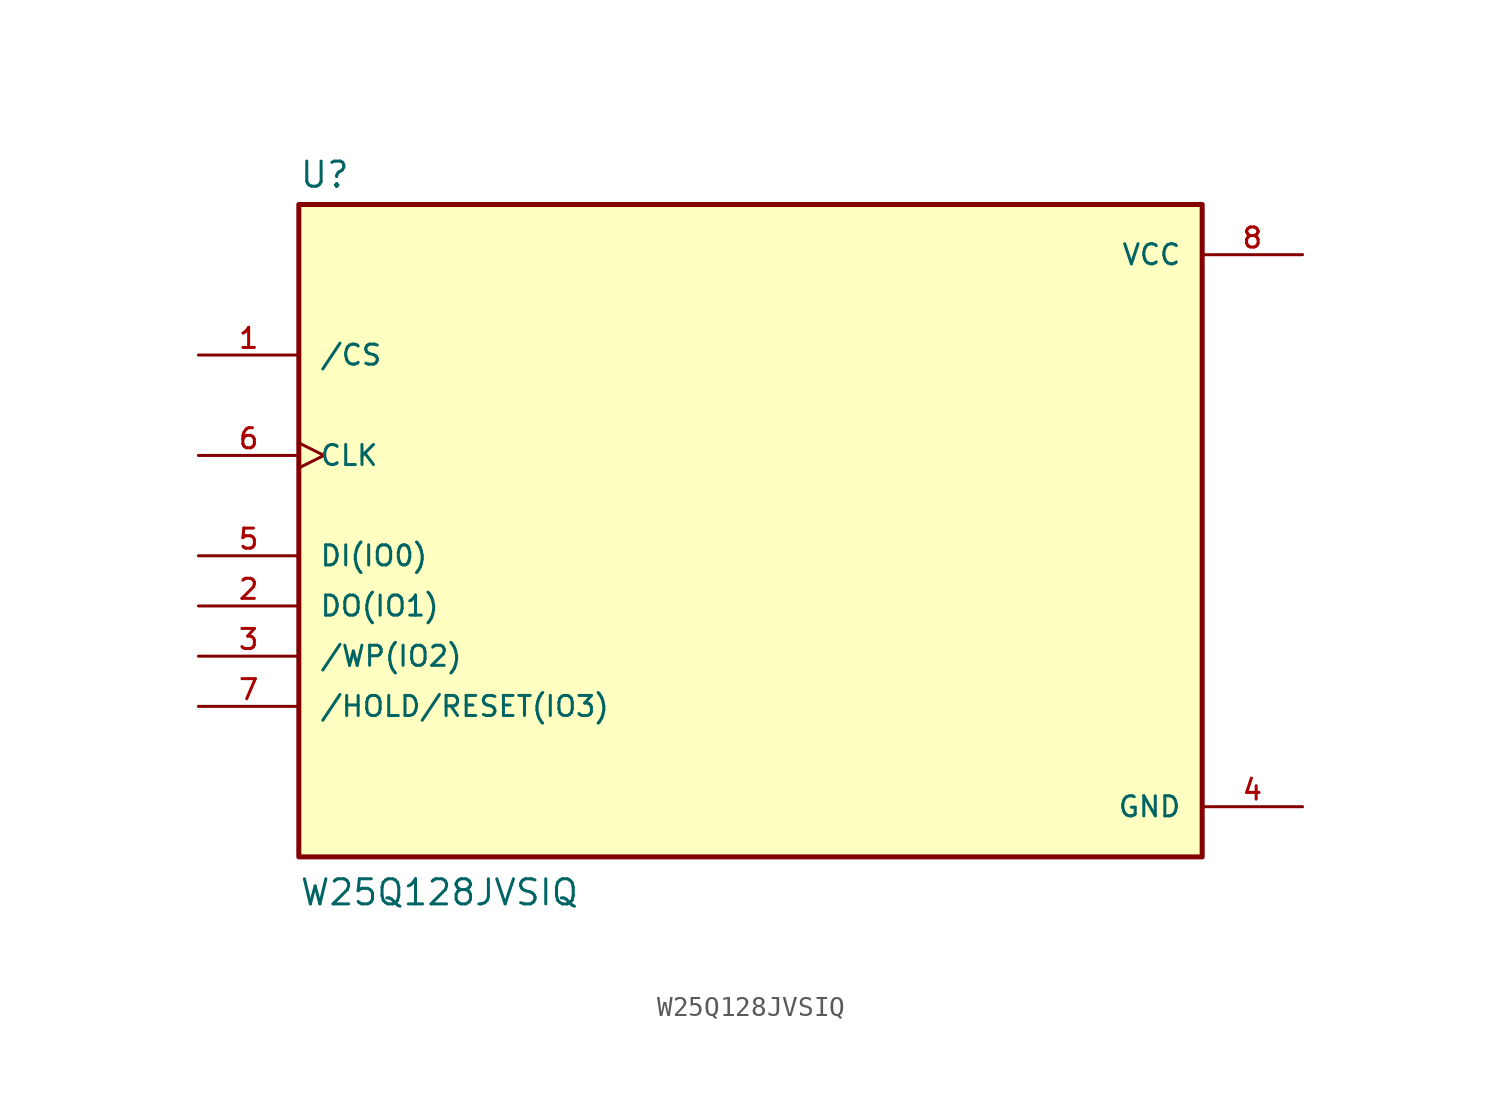
<source format=kicad_sym>
(kicad_symbol_lib
  (version 20211014)
  (generator kicad_symbol_editor)
  (symbol "W25Q128JVSIQ"
    (pin_names
      (offset 1.016))
    (property "Reference" "U"
      (at -22.86 16.002 0)
      (effects (font (size 1.27 1.27)) (justify bottom left)))
    (property "Value" "W25Q128JVSIQ"
      (at -22.86 -20.32 0)
      (effects (font (size 1.27 1.27)) (justify bottom left)))
    (symbol "W25Q128JVSIQ_0_0"
      (rectangle (start -22.86 -17.78) (end 22.86 15.24) (stroke (width 0.254)) (fill (type background)))
      (pin input line (at -27.94 7.62 0) (length 5.08) (name "/CS" (effects (font (size 1.016 1.016)))) (number "1" (effects (font (size 1.016 1.016)))))
      (pin bidirectional line (at -27.94 -5.08 0) (length 5.08) (name "DO(IO1)" (effects (font (size 1.016 1.016)))) (number "2" (effects (font (size 1.016 1.016)))))
      (pin bidirectional line (at -27.94 -7.62 0) (length 5.08) (name "/WP(IO2)" (effects (font (size 1.016 1.016)))) (number "3" (effects (font (size 1.016 1.016)))))
      (pin power_in line (at 27.94 -15.24 180.0) (length 5.08) (name "GND" (effects (font (size 1.016 1.016)))) (number "4" (effects (font (size 1.016 1.016)))))
      (pin power_in line (at 27.94 12.7 180.0) (length 5.08) (name "VCC" (effects (font (size 1.016 1.016)))) (number "8" (effects (font (size 1.016 1.016)))))
      (pin bidirectional line (at -27.94 -10.16 0) (length 5.08) (name "/HOLD/RESET(IO3)" (effects (font (size 1.016 1.016)))) (number "7" (effects (font (size 1.016 1.016)))))
      (pin input clock (at -27.94 2.54 0) (length 5.08) (name "CLK" (effects (font (size 1.016 1.016)))) (number "6" (effects (font (size 1.016 1.016)))))
      (pin bidirectional line (at -27.94 -2.54 0) (length 5.08) (name "DI(IO0)" (effects (font (size 1.016 1.016)))) (number "5" (effects (font (size 1.016 1.016))))))))
</source>
